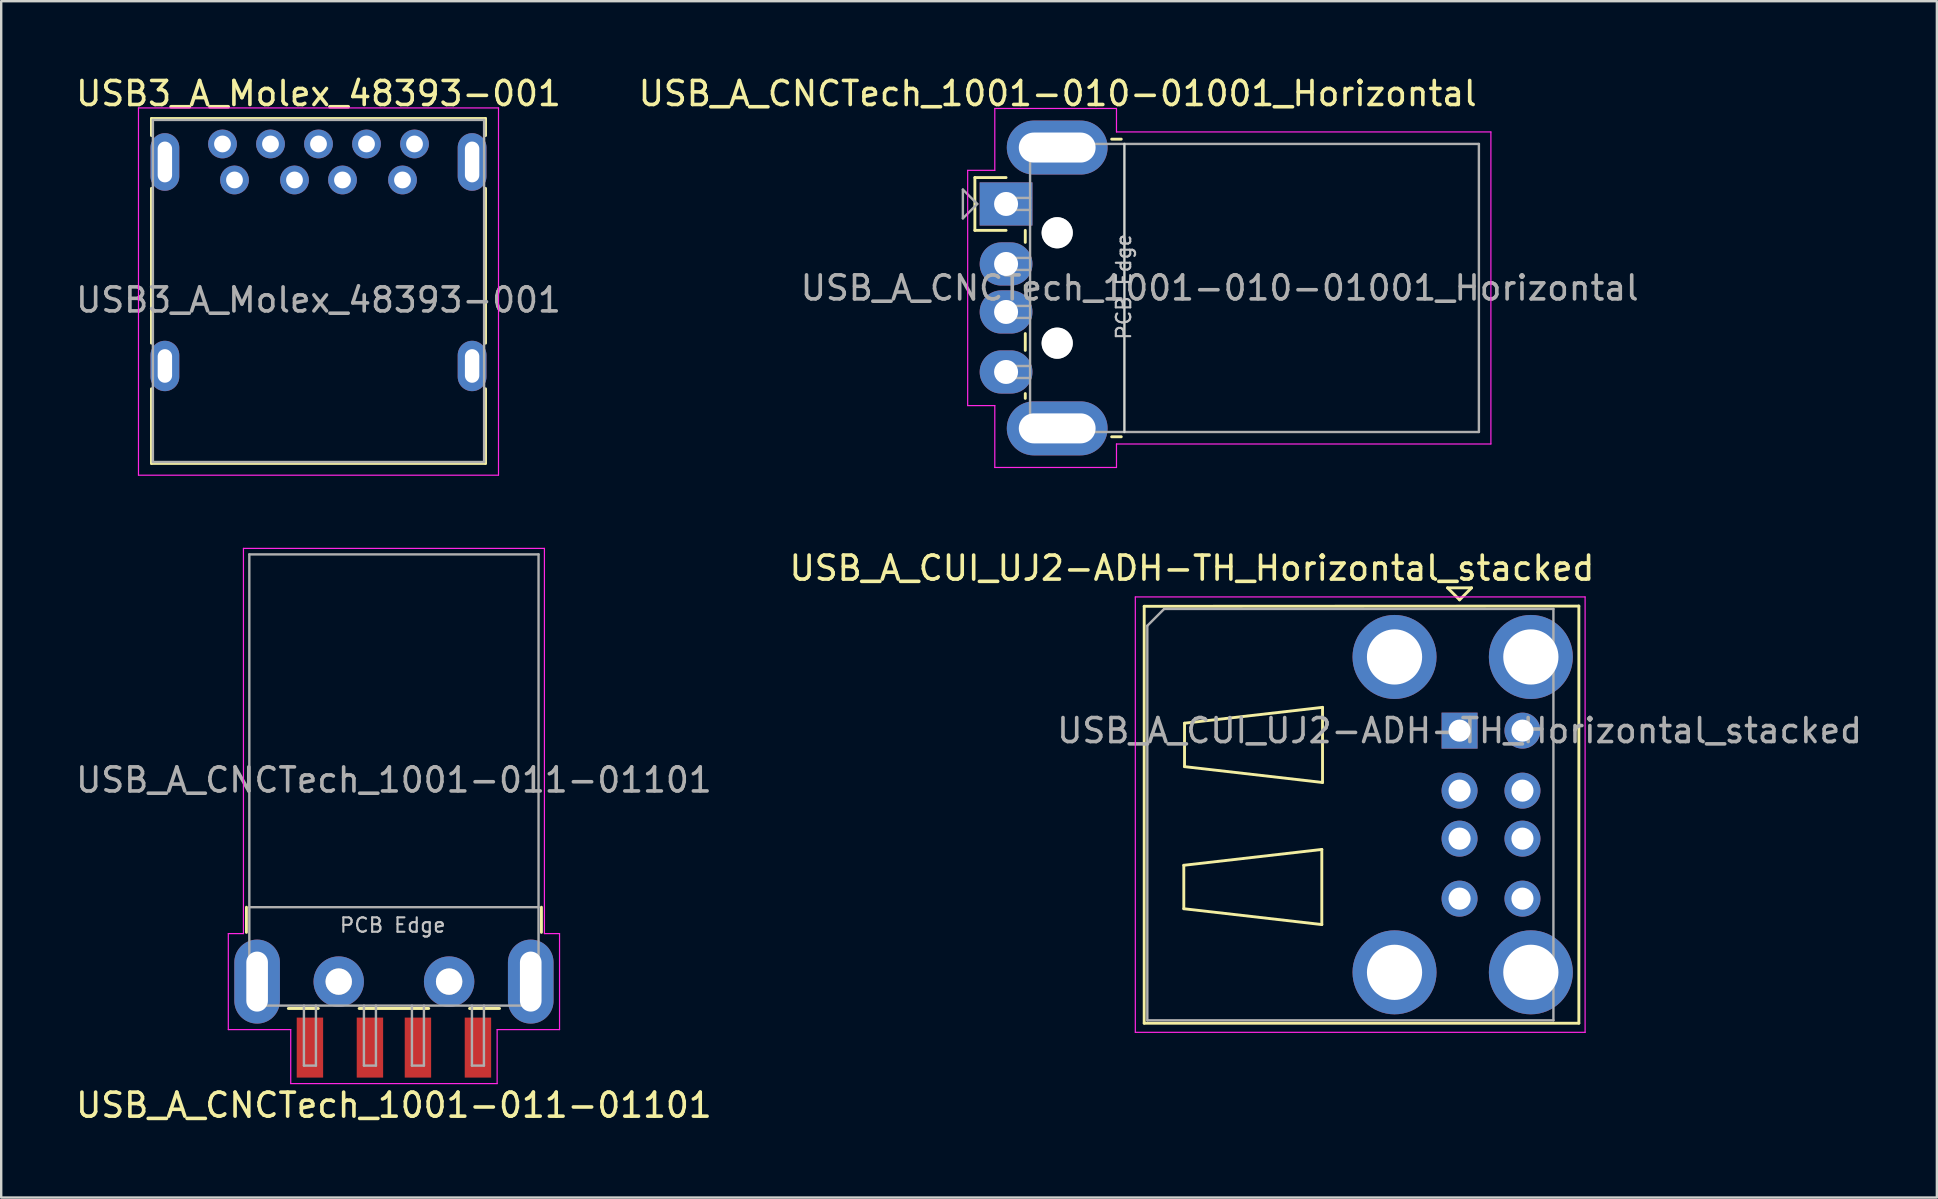
<source format=kicad_pcb>
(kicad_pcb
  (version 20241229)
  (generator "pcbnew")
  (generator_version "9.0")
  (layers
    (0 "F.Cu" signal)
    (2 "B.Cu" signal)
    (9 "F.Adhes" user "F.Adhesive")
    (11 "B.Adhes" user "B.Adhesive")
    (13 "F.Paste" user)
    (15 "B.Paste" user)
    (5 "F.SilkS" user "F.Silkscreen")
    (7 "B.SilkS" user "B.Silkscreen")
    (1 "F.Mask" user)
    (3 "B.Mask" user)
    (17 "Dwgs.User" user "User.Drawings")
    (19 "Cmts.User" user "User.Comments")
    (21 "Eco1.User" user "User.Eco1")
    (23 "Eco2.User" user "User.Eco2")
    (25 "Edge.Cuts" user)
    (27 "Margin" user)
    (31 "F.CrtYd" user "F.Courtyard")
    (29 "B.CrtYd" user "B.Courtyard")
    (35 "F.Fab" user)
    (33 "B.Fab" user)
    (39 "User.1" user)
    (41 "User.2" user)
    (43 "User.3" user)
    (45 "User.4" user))
  (footprint "USB_A_CNCTech_1001-011-01101"
    (layer "F.Cu")
    (at 13.363 38.978)
    (property "Reference" "USB_A_CNCTech_1001-011-01101" (at 0 4.02 180) (layer "F.SilkS") (effects (font (size 1 1) (thickness 0.15))))
    (attr smd)
    (fp_line (start -6.145 -3.18) (end -6.145 -4.23) (stroke (width 0.12) (type solid)) (layer "F.SilkS"))
    (fp_line (start -4.4 -0.01) (end -3.15 -0.01) (stroke (width 0.12) (type solid)) (layer "F.SilkS"))
    (fp_line (start 1.45 -0.01) (end -1.45 -0.01) (stroke (width 0.12) (type solid)) (layer "F.SilkS"))
    (fp_line (start 4.4 -0.01) (end 3.15 -0.01) (stroke (width 0.12) (type solid)) (layer "F.SilkS"))
    (fp_line (start 6.145 -3.18) (end 6.145 -4.23) (stroke (width 0.12) (type solid)) (layer "F.SilkS"))
    (fp_line (start -6.9 0.87) (end -6.9 -3.13) (stroke (width 0.05) (type solid)) (layer "F.CrtYd"))
    (fp_line (start -6.9 0.87) (end -4.3 0.87) (stroke (width 0.05) (type solid)) (layer "F.CrtYd"))
    (fp_line (start -6.27 -3.13) (end -6.9 -3.13) (stroke (width 0.05) (type solid)) (layer "F.CrtYd"))
    (fp_line (start -6.27 -3.13) (end -6.27 -19.18) (stroke (width 0.05) (type solid)) (layer "F.CrtYd"))
    (fp_line (start -4.3 3.12) (end -4.3 0.87) (stroke (width 0.05) (type solid)) (layer "F.CrtYd"))
    (fp_line (start 4.3 0.87) (end 6.9 0.87) (stroke (width 0.05) (type solid)) (layer "F.CrtYd"))
    (fp_line (start 4.3 3.12) (end -4.3 3.12) (stroke (width 0.05) (type solid)) (layer "F.CrtYd"))
    (fp_line (start 4.3 3.12) (end 4.3 0.87) (stroke (width 0.05) (type solid)) (layer "F.CrtYd"))
    (fp_line (start 6.27 -19.18) (end -6.27 -19.18) (stroke (width 0.05) (type solid)) (layer "F.CrtYd"))
    (fp_line (start 6.27 -3.13) (end 6.27 -19.18) (stroke (width 0.05) (type solid)) (layer "F.CrtYd"))
    (fp_line (start 6.9 -3.13) (end 6.27 -3.13) (stroke (width 0.05) (type solid)) (layer "F.CrtYd"))
    (fp_line (start 6.9 0.87) (end 6.9 -3.13) (stroke (width 0.05) (type solid)) (layer "F.CrtYd"))
    (fp_line (start -6.025 -0.13) (end -6.025 -18.93) (stroke (width 0.1) (type solid)) (layer "F.Fab"))
    (fp_line (start -3.75 2.37) (end -3.75 -0.13) (stroke (width 0.1) (type solid)) (layer "F.Fab"))
    (fp_line (start -3.25 2.37) (end -3.75 2.37) (stroke (width 0.1) (type solid)) (layer "F.Fab"))
    (fp_line (start -3.25 2.37) (end -3.25 -0.13) (stroke (width 0.1) (type solid)) (layer "F.Fab"))
    (fp_line (start -1.25 2.37) (end -1.25 -0.13) (stroke (width 0.1) (type solid)) (layer "F.Fab"))
    (fp_line (start -0.75 2.37) (end -1.25 2.37) (stroke (width 0.1) (type solid)) (layer "F.Fab"))
    (fp_line (start -0.75 2.37) (end -0.75 -0.13) (stroke (width 0.1) (type solid)) (layer "F.Fab"))
    (fp_line (start 0.75 2.37) (end 0.75 -0.13) (stroke (width 0.1) (type solid)) (layer "F.Fab"))
    (fp_line (start 1.25 2.37) (end 0.75 2.37) (stroke (width 0.1) (type solid)) (layer "F.Fab"))
    (fp_line (start 1.25 2.37) (end 1.25 -0.13) (stroke (width 0.1) (type solid)) (layer "F.Fab"))
    (fp_line (start 3.25 2.37) (end 3.25 -0.13) (stroke (width 0.1) (type solid)) (layer "F.Fab"))
    (fp_line (start 3.75 2.37) (end 3.25 2.37) (stroke (width 0.1) (type solid)) (layer "F.Fab"))
    (fp_line (start 3.75 2.37) (end 3.75 -0.13) (stroke (width 0.1) (type solid)) (layer "F.Fab"))
    (fp_line (start 6.025 -18.93) (end -6.025 -18.93) (stroke (width 0.1) (type solid)) (layer "F.Fab"))
    (fp_line (start 6.025 -4.23) (end -6.025 -4.23) (stroke (width 0.1) (type solid)) (layer "F.Fab"))
    (fp_line (start 6.025 -0.13) (end -6.025 -0.13) (stroke (width 0.1) (type solid)) (layer "F.Fab"))
    (fp_line (start 6.025 -0.13) (end 6.025 -18.93) (stroke (width 0.1) (type solid)) (layer "F.Fab"))
    (fp_circle (center -2.3 -1.13) (end -2.8 -1.13) (stroke (width 0.1) (type solid)) (fill no) (layer "F.Fab"))
    (fp_circle (center 2.3 -1.13) (end 2.8 -1.13) (stroke (width 0.1) (type solid)) (fill no) (layer "F.Fab"))
    (fp_text user "PCB Edge" (at -0.05 -3.48 180) (layer "Dwgs.User") (effects (font (size 0.6 0.6) (thickness 0.09))))
    (fp_text user "${REFERENCE}" (at 0 -9.53 180) (layer "F.Fab") (effects (font (size 1 1) (thickness 0.15))))
    (pad "" np_thru_hole circle (at -2.3 -1.13 180) (size 2.1 2.1) (drill 1.1) (layers "*.Cu" "*.Mask"))
    (pad "" np_thru_hole circle (at 2.3 -1.13 180) (size 2.1 2.1) (drill 1.1) (layers "*.Cu" "*.Mask"))
    (pad "1" smd rect (at -3.5 1.62 180) (size 1.1 2.5) (layers "F.Cu" "F.Mask" "F.Paste"))
    (pad "2" smd rect (at -1 1.62 180) (size 1.1 2.5) (layers "F.Cu" "F.Mask" "F.Paste"))
    (pad "3" smd rect (at 1 1.62 180) (size 1.1 2.5) (layers "F.Cu" "F.Mask" "F.Paste"))
    (pad "4" smd rect (at 3.5 1.62 180) (size 1.1 2.5) (layers "F.Cu" "F.Mask" "F.Paste"))
    (pad "5" thru_hole oval (at -5.7 -1.13 180) (size 1.9 3.5) (drill oval 0.9 2.5) (layers "*.Cu" "*.Mask"))
    (pad "5" thru_hole oval (at 5.7 -1.13 180) (size 1.9 3.5) (drill oval 0.9 2.5) (layers "*.Cu" "*.Mask")))
  (footprint "USB_A_CUI_UJ2-ADH-TH_Horizontal_stacked"
    (layer "F.Cu")
    (at 57.763 27.392)
    (property "Reference" "USB_A_CUI_UJ2-ADH-TH_Horizontal_stacked" (at -11.15 -6.77 0) (layer "F.SilkS") (effects (font (size 1 1) (thickness 0.15))))
    (attr through_hole)
    (fp_line (start -13.14 -5.18) (end -13.14 12.19) (stroke (width 0.12) (type solid)) (layer "F.SilkS"))
    (fp_line (start -13.14 12.19) (end 4.97 12.19) (stroke (width 0.12) (type solid)) (layer "F.SilkS"))
    (fp_line (start -11.49 5.61) (end -11.49 7.42) (stroke (width 0.12) (type solid)) (layer "F.SilkS"))
    (fp_line (start -11.49 7.42) (end -5.74 8.08) (stroke (width 0.12) (type solid)) (layer "F.SilkS"))
    (fp_line (start -11.46 -0.31) (end -11.46 1.5) (stroke (width 0.12) (type solid)) (layer "F.SilkS"))
    (fp_line (start -11.46 1.5) (end -5.71 2.16) (stroke (width 0.12) (type solid)) (layer "F.SilkS"))
    (fp_line (start -5.74 4.95) (end -11.49 5.61) (stroke (width 0.12) (type solid)) (layer "F.SilkS"))
    (fp_line (start -5.74 8.08) (end -5.74 4.95) (stroke (width 0.12) (type solid)) (layer "F.SilkS"))
    (fp_line (start -5.71 -0.97) (end -11.46 -0.31) (stroke (width 0.12) (type solid)) (layer "F.SilkS"))
    (fp_line (start -5.71 2.16) (end -5.71 -0.97) (stroke (width 0.12) (type solid)) (layer "F.SilkS"))
    (fp_line (start -0.5 -5.95) (end 0 -5.45) (stroke (width 0.12) (type solid)) (layer "F.SilkS"))
    (fp_line (start 0 -5.45) (end 0.5 -5.95) (stroke (width 0.12) (type solid)) (layer "F.SilkS"))
    (fp_line (start 0.5 -5.95) (end -0.5 -5.95) (stroke (width 0.12) (type solid)) (layer "F.SilkS"))
    (fp_line (start 4.97 -5.19) (end -13.14 -5.18) (stroke (width 0.12) (type solid)) (layer "F.SilkS"))
    (fp_line (start 4.97 12.19) (end 4.97 -5.19) (stroke (width 0.12) (type solid)) (layer "F.SilkS"))
    (fp_line (start -13.51 -5.57) (end -13.51 12.57) (stroke (width 0.05) (type solid)) (layer "F.CrtYd"))
    (fp_line (start -13.51 12.57) (end 5.23 12.57) (stroke (width 0.05) (type solid)) (layer "F.CrtYd"))
    (fp_line (start 5.23 -5.57) (end -13.51 -5.57) (stroke (width 0.05) (type solid)) (layer "F.CrtYd"))
    (fp_line (start 5.23 12.57) (end 5.23 -5.57) (stroke (width 0.05) (type solid)) (layer "F.CrtYd"))
    (fp_line (start -13.01 -4.37) (end -13.01 12.07) (stroke (width 0.1) (type solid)) (layer "F.Fab"))
    (fp_line (start -13.01 -4.37) (end -12.31 -5.07) (stroke (width 0.1) (type solid)) (layer "F.Fab"))
    (fp_line (start -13.01 12.07) (end 3.91 12.07) (stroke (width 0.1) (type solid)) (layer "F.Fab"))
    (fp_line (start 3.91 -5.07) (end -12.31 -5.07) (stroke (width 0.1) (type solid)) (layer "F.Fab"))
    (fp_line (start 3.91 12.07) (end 3.91 -5.07) (stroke (width 0.1) (type solid)) (layer "F.Fab"))
    (fp_text user "${REFERENCE}" (at 0 0 0) (layer "F.Fab") (effects (font (size 1 1) (thickness 0.15))))
    (pad "1" thru_hole rect (at 0 0) (size 1.5 1.5) (drill 0.92) (layers "*.Cu" "*.Mask"))
    (pad "2" thru_hole circle (at 0 2.5) (size 1.5 1.5) (drill 0.92) (layers "*.Cu" "*.Mask"))
    (pad "3" thru_hole circle (at 0 4.5) (size 1.5 1.5) (drill 0.92) (layers "*.Cu" "*.Mask"))
    (pad "4" thru_hole circle (at 0 7) (size 1.5 1.5) (drill 0.92) (layers "*.Cu" "*.Mask"))
    (pad "5" thru_hole circle (at 2.62 0) (size 1.5 1.5) (drill 0.92) (layers "*.Cu" "*.Mask"))
    (pad "6" thru_hole circle (at 2.62 2.5) (size 1.5 1.5) (drill 0.92) (layers "*.Cu" "*.Mask"))
    (pad "7" thru_hole circle (at 2.62 4.5) (size 1.5 1.5) (drill 0.92) (layers "*.Cu" "*.Mask"))
    (pad "8" thru_hole circle (at 2.62 7) (size 1.5 1.5) (drill 0.92) (layers "*.Cu" "*.Mask"))
    (pad "9" thru_hole circle (at -2.71 -3.07) (size 3.5 3.5) (drill 2.3) (layers "*.Cu" "*.Mask"))
    (pad "9" thru_hole circle (at -2.71 10.07) (size 3.5 3.5) (drill 2.3) (layers "*.Cu" "*.Mask"))
    (pad "9" thru_hole circle (at 2.97 -3.07) (size 3.5 3.5) (drill 2.3) (layers "*.Cu" "*.Mask"))
    (pad "9" thru_hole circle (at 2.97 10.07) (size 3.5 3.5) (drill 2.3) (layers "*.Cu" "*.Mask")))
  (footprint "USB_A_CNCTech_1001-010-01001_Horizontal"
    (layer "F.Cu")
    (at 38.868 5.448)
    (property "Reference" "USB_A_CNCTech_1001-010-01001_Horizontal" (at 2.15 -4.6 0) (layer "F.SilkS") (effects (font (size 1 1) (thickness 0.15))))
    (attr through_hole)
    (fp_line (start -1.3 -1.1) (end -1.3 1.1) (stroke (width 0.12) (type solid)) (layer "F.SilkS"))
    (fp_line (start -1.3 1.1) (end 0 1.1) (stroke (width 0.12) (type solid)) (layer "F.SilkS"))
    (fp_line (start 0 -1.1) (end -1.3 -1.1) (stroke (width 0.12) (type solid)) (layer "F.SilkS"))
    (fp_line (start 0.8 1.1) (end 0.8 1.6) (stroke (width 0.12) (type solid)) (layer "F.SilkS"))
    (fp_line (start 0.8 3.4) (end 0.8 3.6) (stroke (width 0.12) (type solid)) (layer "F.SilkS"))
    (fp_line (start 0.8 5.4) (end 0.8 6.1) (stroke (width 0.12) (type solid)) (layer "F.SilkS"))
    (fp_line (start 0.8 7.9) (end 0.8 8.1) (stroke (width 0.12) (type solid)) (layer "F.SilkS"))
    (fp_line (start 4.4 -2.7) (end 4.8 -2.7) (stroke (width 0.12) (type solid)) (layer "F.SilkS"))
    (fp_line (start 4.4 9.7) (end 4.8 9.7) (stroke (width 0.12) (type solid)) (layer "F.SilkS"))
    (fp_line (start 4.93 9.5) (end 4.93 -2.5) (stroke (width 0.1) (type solid)) (layer "Edge.Cuts"))
    (fp_line (start -1.6 -1.4) (end -0.47 -1.4) (stroke (width 0.05) (type solid)) (layer "F.CrtYd"))
    (fp_line (start -1.6 8.4) (end -1.6 -1.4) (stroke (width 0.05) (type solid)) (layer "F.CrtYd"))
    (fp_line (start -1.6 8.4) (end -0.47 8.4) (stroke (width 0.05) (type solid)) (layer "F.CrtYd"))
    (fp_line (start -0.47 -3.98) (end -0.47 -1.4) (stroke (width 0.05) (type solid)) (layer "F.CrtYd"))
    (fp_line (start -0.47 -3.98) (end 4.6 -3.98) (stroke (width 0.05) (type solid)) (layer "F.CrtYd"))
    (fp_line (start -0.47 8.4) (end -0.47 10.98) (stroke (width 0.05) (type solid)) (layer "F.CrtYd"))
    (fp_line (start -0.47 10.98) (end 4.6 10.98) (stroke (width 0.05) (type solid)) (layer "F.CrtYd"))
    (fp_line (start 4.6 -3) (end 4.6 -3.98) (stroke (width 0.05) (type solid)) (layer "F.CrtYd"))
    (fp_line (start 4.6 -3) (end 20.2 -3) (stroke (width 0.05) (type solid)) (layer "F.CrtYd"))
    (fp_line (start 4.6 10) (end 20.2 10) (stroke (width 0.05) (type solid)) (layer "F.CrtYd"))
    (fp_line (start 4.6 10.98) (end 4.6 10) (stroke (width 0.05) (type solid)) (layer "F.CrtYd"))
    (fp_line (start 20.2 10) (end 20.2 -3) (stroke (width 0.05) (type solid)) (layer "F.CrtYd"))
    (fp_line (start -1.8 -0.6) (end -1.8 0.6) (stroke (width 0.1) (type solid)) (layer "F.Fab"))
    (fp_line (start -1.8 -0.6) (end -1.2 0) (stroke (width 0.1) (type solid)) (layer "F.Fab"))
    (fp_line (start -1.2 0) (end -1.8 0.6) (stroke (width 0.1) (type solid)) (layer "F.Fab"))
    (fp_line (start -0.07 -0.25) (end 1 -0.25) (stroke (width 0.1) (type solid)) (layer "F.Fab"))
    (fp_line (start -0.07 0.25) (end -0.07 -0.25) (stroke (width 0.1) (type solid)) (layer "F.Fab"))
    (fp_line (start -0.07 0.25) (end 1 0.25) (stroke (width 0.1) (type solid)) (layer "F.Fab"))
    (fp_line (start -0.07 2.25) (end 1 2.25) (stroke (width 0.1) (type solid)) (layer "F.Fab"))
    (fp_line (start -0.07 2.75) (end -0.07 2.25) (stroke (width 0.1) (type solid)) (layer "F.Fab"))
    (fp_line (start -0.07 2.75) (end 1 2.75) (stroke (width 0.1) (type solid)) (layer "F.Fab"))
    (fp_line (start -0.07 4.25) (end 1 4.25) (stroke (width 0.1) (type solid)) (layer "F.Fab"))
    (fp_line (start -0.07 4.75) (end -0.07 4.25) (stroke (width 0.1) (type solid)) (layer "F.Fab"))
    (fp_line (start -0.07 4.75) (end 1 4.75) (stroke (width 0.1) (type solid)) (layer "F.Fab"))
    (fp_line (start -0.07 6.75) (end 1 6.75) (stroke (width 0.1) (type solid)) (layer "F.Fab"))
    (fp_line (start -0.07 7.25) (end -0.07 6.75) (stroke (width 0.1) (type solid)) (layer "F.Fab"))
    (fp_line (start -0.07 7.25) (end 1 7.25) (stroke (width 0.1) (type solid)) (layer "F.Fab"))
    (fp_line (start 1 -2.5) (end 19.7 -2.5) (stroke (width 0.1) (type solid)) (layer "F.Fab"))
    (fp_line (start 1 9.5) (end 1 -2.5) (stroke (width 0.1) (type solid)) (layer "F.Fab"))
    (fp_line (start 1 9.5) (end 19.7 9.5) (stroke (width 0.1) (type solid)) (layer "F.Fab"))
    (fp_line (start 19.7 9.5) (end 19.7 -2.5) (stroke (width 0.1) (type solid)) (layer "F.Fab"))
    (fp_circle (center 2.13 1.2) (end 2.73 1.2) (stroke (width 0.1) (type solid)) (fill no) (layer "F.Fab"))
    (fp_circle (center 2.13 5.8) (end 2.73 5.8) (stroke (width 0.1) (type solid)) (fill no) (layer "F.Fab"))
    (fp_text user "PCB Edge" (at 4.9 3.45 90) (layer "Dwgs.User") (effects (font (size 0.6 0.6) (thickness 0.09))))
    (fp_text user "${REFERENCE}" (at 8.9 3.5 180) (layer "F.Fab") (effects (font (size 1 1) (thickness 0.15))))
    (pad "" np_thru_hole circle (at 2.13 1.2) (size 1.3 1.3) (drill 1.3) (layers "*.Cu" "*.Mask"))
    (pad "" np_thru_hole circle (at 2.13 5.8) (size 1.3 1.3) (drill 1.3) (layers "*.Cu" "*.Mask"))
    (pad "1" thru_hole rect (at 0 0) (size 2.2 1.8) (drill 1) (layers "*.Cu" "*.Mask"))
    (pad "2" thru_hole oval (at 0 2.5) (size 2.2 1.8) (drill 1) (layers "*.Cu" "*.Mask"))
    (pad "3" thru_hole oval (at 0 4.5) (size 2.2 1.8) (drill 1) (layers "*.Cu" "*.Mask"))
    (pad "4" thru_hole oval (at 0 7) (size 2.2 1.8) (drill 1) (layers "*.Cu" "*.Mask"))
    (pad "5" thru_hole oval (at 2.13 -2.35) (size 4.2 2.25) (drill oval 3.2 1.25) (layers "*.Cu" "*.Mask"))
    (pad "5" thru_hole oval (at 2.13 9.35) (size 4.2 2.25) (drill oval 3.2 1.25) (layers "*.Cu" "*.Mask")))
  (footprint "USB3_A_Molex_48393-001"
    (layer "F.Cu")
    (at 6.72 4.448)
    (property "Reference" "USB3_A_Molex_48393-001" (at 3.5 -3.6 0) (layer "F.SilkS") (effects (font (size 1 1) (thickness 0.15))))
    (attr through_hole)
    (fp_line (start -3.46 -2.56) (end -3.46 -1.85) (stroke (width 0.12) (type solid)) (layer "F.SilkS"))
    (fp_line (start -3.46 -2.56) (end 10.46 -2.56) (stroke (width 0.12) (type solid)) (layer "F.SilkS"))
    (fp_line (start -3.46 6.8) (end -3.46 0.35) (stroke (width 0.12) (type solid)) (layer "F.SilkS"))
    (fp_line (start -3.46 11.81) (end -3.46 8.7) (stroke (width 0.12) (type solid)) (layer "F.SilkS"))
    (fp_line (start -3.46 11.81) (end 10.46 11.81) (stroke (width 0.12) (type solid)) (layer "F.SilkS"))
    (fp_line (start 10.46 -2.56) (end 10.46 -1.85) (stroke (width 0.12) (type solid)) (layer "F.SilkS"))
    (fp_line (start 10.46 6.8) (end 10.46 0.35) (stroke (width 0.12) (type solid)) (layer "F.SilkS"))
    (fp_line (start 10.46 11.81) (end 10.46 8.7) (stroke (width 0.12) (type solid)) (layer "F.SilkS"))
    (fp_line (start -4 -3) (end 11 -3) (stroke (width 0.05) (type solid)) (layer "F.CrtYd"))
    (fp_line (start -4 12.3) (end -4 -3) (stroke (width 0.05) (type solid)) (layer "F.CrtYd"))
    (fp_line (start 11 -3) (end 11 12.3) (stroke (width 0.05) (type solid)) (layer "F.CrtYd"))
    (fp_line (start 11 12.3) (end -4 12.3) (stroke (width 0.05) (type solid)) (layer "F.CrtYd"))
    (fp_line (start -3.4 -2.5) (end 10.4 -2.5) (stroke (width 0.1) (type solid)) (layer "F.Fab"))
    (fp_line (start -3.4 11.75) (end -3.4 -2.5) (stroke (width 0.1) (type solid)) (layer "F.Fab"))
    (fp_line (start 10.4 -2.5) (end 10.4 11.75) (stroke (width 0.1) (type solid)) (layer "F.Fab"))
    (fp_line (start 10.4 11.75) (end -3.4 11.75) (stroke (width 0.1) (type solid)) (layer "F.Fab"))
    (fp_text user "${REFERENCE}" (at 3.5 5 0) (layer "F.Fab") (effects (font (size 1 1) (thickness 0.15))))
    (pad "1" thru_hole circle (at 0 0) (size 1.2 1.2) (drill 0.7) (layers "*.Cu" "*.Mask"))
    (pad "2" thru_hole circle (at 2.5 0) (size 1.2 1.2) (drill 0.7) (layers "*.Cu" "*.Mask"))
    (pad "3" thru_hole circle (at 4.5 0) (size 1.2 1.2) (drill 0.7) (layers "*.Cu" "*.Mask"))
    (pad "4" thru_hole circle (at 7 0) (size 1.2 1.2) (drill 0.7) (layers "*.Cu" "*.Mask"))
    (pad "5" thru_hole circle (at 7.5 -1.5) (size 1.2 1.2) (drill 0.7) (layers "*.Cu" "*.Mask"))
    (pad "6" thru_hole circle (at 5.5 -1.5) (size 1.2 1.2) (drill 0.7) (layers "*.Cu" "*.Mask"))
    (pad "7" thru_hole circle (at 3.5 -1.5) (size 1.2 1.2) (drill 0.7) (layers "*.Cu" "*.Mask"))
    (pad "8" thru_hole circle (at 1.5 -1.5) (size 1.2 1.2) (drill 0.7) (layers "*.Cu" "*.Mask"))
    (pad "9" thru_hole circle (at -0.5 -1.5) (size 1.2 1.2) (drill 0.7) (layers "*.Cu" "*.Mask"))
    (pad "10" thru_hole oval (at -2.9 -0.75) (size 1.2 2.4) (drill oval 0.6 1.7) (layers "*.Cu" "*.Mask"))
    (pad "10" thru_hole oval (at -2.9 7.75) (size 1.2 2.1) (drill oval 0.6 1.4) (layers "*.Cu" "*.Mask"))
    (pad "10" thru_hole oval (at 9.9 -0.75) (size 1.2 2.4) (drill oval 0.6 1.7) (layers "*.Cu" "*.Mask"))
    (pad "10" thru_hole oval (at 9.9 7.75) (size 1.2 2.1) (drill oval 0.6 1.4) (layers "*.Cu" "*.Mask")))
  (gr_rect
    (start -3 -3)
    (end 77.65 46.846)
    (stroke (width 0.1) (type default))
    (fill no)
    (layer "Edge.Cuts")))
</source>
